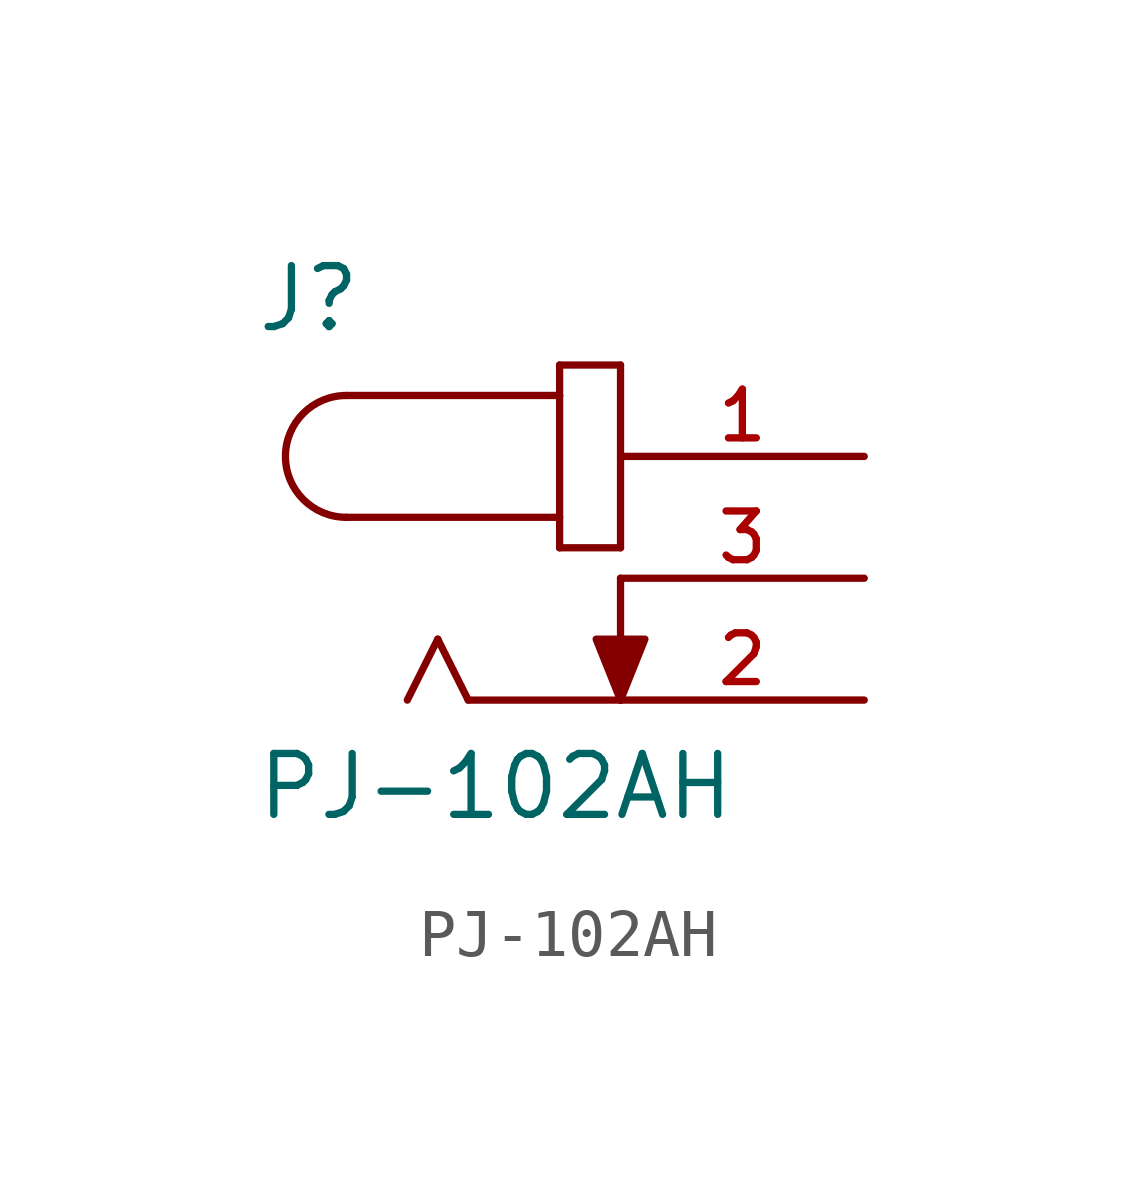
<source format=kicad_sym>
(kicad_symbol_lib
  (version 20231120)
  (generator "kicad_symbol_editor")
  (generator_version "8.0")
  (symbol "PJ-102AH"
    (pin_names
      (offset 1.016))
    (property "Reference" "J"
      (at -7.626 5.084 0)
      (effects (font (size 1.27 1.27)) (justify left bottom)))
    (property "Value" "PJ-102AH"
      (at -7.63 -5.086 0)
      (effects (font (size 1.27 1.27)) (justify left bottom)))
    (symbol "PJ-102AH_0_0"
      (arc (start -5.715 3.81) (mid -6.9794 2.54) (end -5.715 1.27) (stroke (width 0.1524) (type default)) (fill (type none)))
      (polyline (pts (xy -5.715 3.81) (xy -1.27 3.81)) (stroke (width 0.152) (type default)) (fill (type none)))
      (polyline (pts (xy -3.81 -1.27) (xy -4.445 -2.54)) (stroke (width 0.152) (type default)) (fill (type none)))
      (polyline (pts (xy -3.175 -2.54) (xy -3.81 -1.27)) (stroke (width 0.152) (type default)) (fill (type none)))
      (polyline (pts (xy -1.27 0.635) (xy 0 0.635)) (stroke (width 0.152) (type default)) (fill (type none)))
      (polyline (pts (xy -1.27 1.27) (xy -5.715 1.27)) (stroke (width 0.152) (type default)) (fill (type none)))
      (polyline (pts (xy -1.27 1.27) (xy -1.27 0.635)) (stroke (width 0.152) (type default)) (fill (type none)))
      (polyline (pts (xy -1.27 3.81) (xy -1.27 1.27)) (stroke (width 0.152) (type default)) (fill (type none)))
      (polyline (pts (xy -1.27 4.445) (xy -1.27 3.81)) (stroke (width 0.152) (type default)) (fill (type none)))
      (polyline (pts (xy 0 -2.54) (xy -3.175 -2.54)) (stroke (width 0.152) (type default)) (fill (type none)))
      (polyline (pts (xy 0 0) (xy 0 -2.54)) (stroke (width 0.152) (type default)) (fill (type none)))
      (polyline (pts (xy 0 0.635) (xy 0 4.445)) (stroke (width 0.152) (type default)) (fill (type none)))
      (polyline (pts (xy 0 4.445) (xy -1.27 4.445)) (stroke (width 0.152) (type default)) (fill (type none)))
      (polyline (pts (xy 0 -2.54) (xy -0.508 -1.27) (xy 0.508 -1.27) (xy 0 -2.54)) (stroke (width 0.152) (type default)) (fill (type outline)))
      (pin passive line (at 5.08 2.54 180) (length 5.08) (name "~" (effects (font (size 1.016 1.016)))) (number "1" (effects (font (size 1.016 1.016)))))
      (pin passive line (at 5.08 -2.54 180) (length 5.08) (name "~" (effects (font (size 1.016 1.016)))) (number "2" (effects (font (size 1.016 1.016)))))
      (pin passive line (at 5.08 0 180) (length 5.08) (name "~" (effects (font (size 1.016 1.016)))) (number "3" (effects (font (size 1.016 1.016))))))))
</source>
